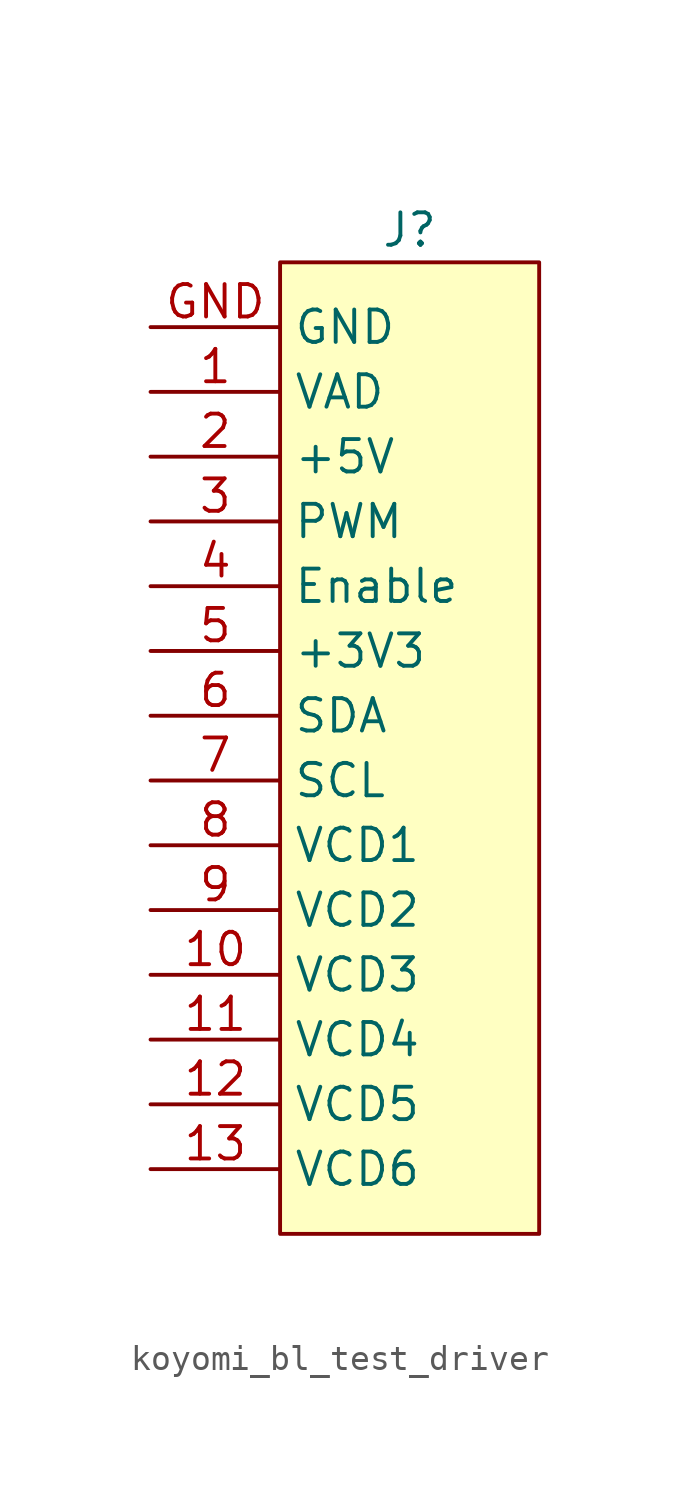
<source format=kicad_sym>
(kicad_symbol_lib
  (version 20231120)
  (generator "kicad_symbol_editor")
  (generator_version "8.0")
  (symbol "koyomi_bl_test_driver"
    (property "Reference" "J"
      (at 0 0 0)
      (effects (font (size 1.27 1.27))))
    (property "Value" ""
      (at 0 0 0)
      (effects (font (size 1.27 1.27))))
    (symbol "koyomi_bl_test_driver_1_1"
      (rectangle (start -5.08 -1.27) (end 5.08 -39.37) (stroke (width 0) (type default)) (fill (type background)))
      (pin output line (at -10.16 -6.35 0) (length 5.08) (name "VAD" (effects (font (size 1.27 1.27)))) (number "1" (effects (font (size 1.27 1.27)))))
      (pin passive line (at -10.16 -29.21 0) (length 5.08) (name "VCD3" (effects (font (size 1.27 1.27)))) (number "10" (effects (font (size 1.27 1.27)))))
      (pin passive line (at -10.16 -31.75 0) (length 5.08) (name "VCD4" (effects (font (size 1.27 1.27)))) (number "11" (effects (font (size 1.27 1.27)))))
      (pin passive line (at -10.16 -34.29 0) (length 5.08) (name "VCD5" (effects (font (size 1.27 1.27)))) (number "12" (effects (font (size 1.27 1.27)))))
      (pin passive line (at -10.16 -36.83 0) (length 5.08) (name "VCD6" (effects (font (size 1.27 1.27)))) (number "13" (effects (font (size 1.27 1.27)))))
      (pin passive line (at -10.16 -8.89 0) (length 5.08) (name "+5V" (effects (font (size 1.27 1.27)))) (number "2" (effects (font (size 1.27 1.27)))))
      (pin input line (at -10.16 -11.43 0) (length 5.08) (name "PWM" (effects (font (size 1.27 1.27)))) (number "3" (effects (font (size 1.27 1.27)))))
      (pin passive line (at -10.16 -13.97 0) (length 5.08) (name "Enable" (effects (font (size 1.27 1.27)))) (number "4" (effects (font (size 1.27 1.27)))))
      (pin passive line (at -10.16 -16.51 0) (length 5.08) (name "+3V3" (effects (font (size 1.27 1.27)))) (number "5" (effects (font (size 1.27 1.27)))))
      (pin bidirectional line (at -10.16 -19.05 0) (length 5.08) (name "SDA" (effects (font (size 1.27 1.27)))) (number "6" (effects (font (size 1.27 1.27)))))
      (pin bidirectional line (at -10.16 -21.59 0) (length 5.08) (name "SCL" (effects (font (size 1.27 1.27)))) (number "7" (effects (font (size 1.27 1.27)))))
      (pin passive line (at -10.16 -24.13 0) (length 5.08) (name "VCD1" (effects (font (size 1.27 1.27)))) (number "8" (effects (font (size 1.27 1.27)))))
      (pin passive line (at -10.16 -26.67 0) (length 5.08) (name "VCD2" (effects (font (size 1.27 1.27)))) (number "9" (effects (font (size 1.27 1.27)))))
      (pin passive line (at -10.16 -3.81 0) (length 5.08) (name "GND" (effects (font (size 1.27 1.27)))) (number "GND" (effects (font (size 1.27 1.27))))))))
</source>
